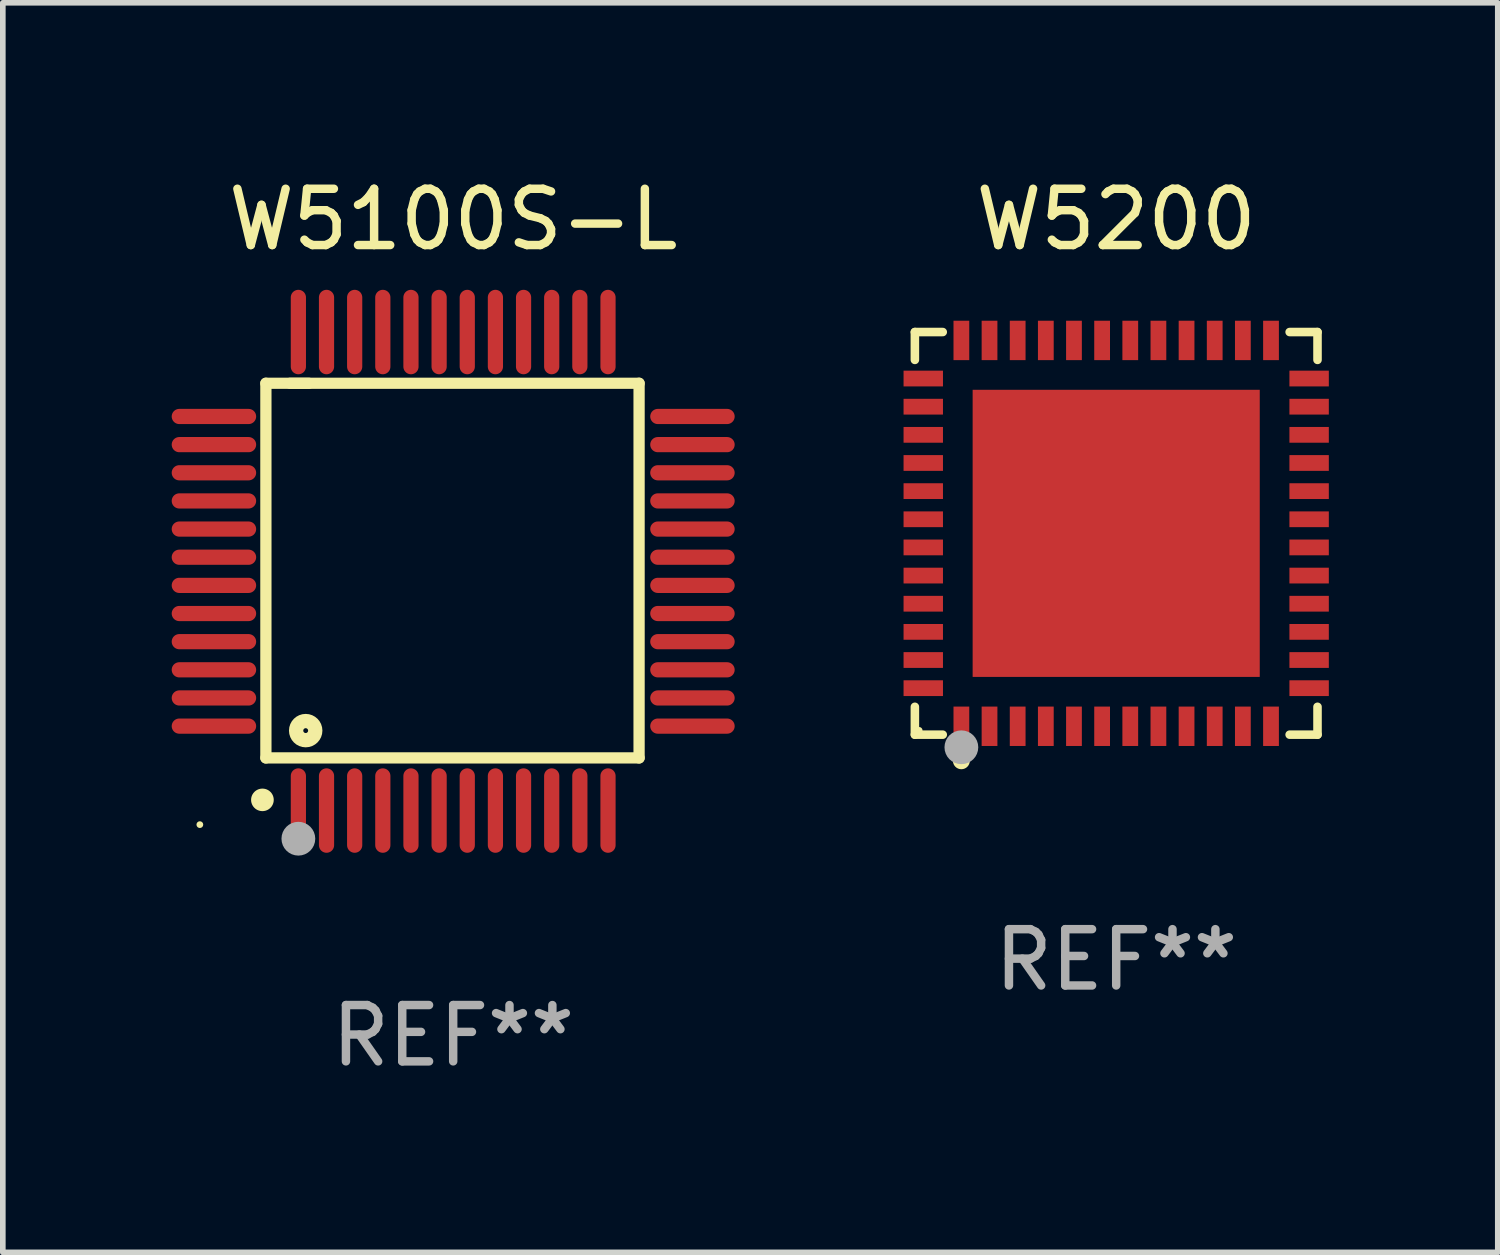
<source format=kicad_pcb>
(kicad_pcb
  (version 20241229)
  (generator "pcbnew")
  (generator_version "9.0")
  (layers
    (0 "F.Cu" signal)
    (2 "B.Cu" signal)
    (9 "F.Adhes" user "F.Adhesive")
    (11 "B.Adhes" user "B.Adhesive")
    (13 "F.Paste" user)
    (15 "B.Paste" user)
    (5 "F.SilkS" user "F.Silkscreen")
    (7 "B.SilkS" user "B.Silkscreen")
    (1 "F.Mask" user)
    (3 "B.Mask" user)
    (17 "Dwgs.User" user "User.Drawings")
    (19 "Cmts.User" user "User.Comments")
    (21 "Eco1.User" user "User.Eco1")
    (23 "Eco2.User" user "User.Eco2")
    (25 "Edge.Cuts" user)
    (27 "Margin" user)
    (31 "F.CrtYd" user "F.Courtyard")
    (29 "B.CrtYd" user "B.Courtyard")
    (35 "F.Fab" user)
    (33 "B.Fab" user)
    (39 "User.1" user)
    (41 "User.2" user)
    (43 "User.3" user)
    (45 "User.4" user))
  (footprint "W5100S-L"
    (layer "F.Cu")
    (at 5 7.098)
    (property "Reference" "W5100S-L" (at 0 -6.25 0) (layer "F.SilkS") (effects (font (size 1 1) (thickness 0.15))))
    (attr through_hole)
    (fp_line (start -3.327 -3.34) (end -2.565 -3.34) (stroke (width 0.2) (type solid)) (layer "F.SilkS"))
    (fp_line (start -3.327 3.315) (end -3.327 -3.34) (stroke (width 0.2) (type solid)) (layer "F.SilkS"))
    (fp_line (start -2.896 -3.34) (end 3.302 -3.34) (stroke (width 0.2) (type solid)) (layer "F.SilkS"))
    (fp_line (start 3.302 -3.34) (end 3.302 3.315) (stroke (width 0.2) (type solid)) (layer "F.SilkS"))
    (fp_line (start 3.302 3.315) (end -3.327 3.315) (stroke (width 0.2) (type solid)) (layer "F.SilkS"))
    (fp_arc (start -3.389992 4.059995) (mid -3.388722 4.059991) (end -3.387452 4.059995) (stroke (width 0.4) (type solid)) (layer "F.SilkS"))
    (fp_circle (center -4.5 4.5) (end -4.47 4.5) (stroke (width 0.06) (type solid)) (fill no) (layer "F.SilkS"))
    (fp_circle (center -2.62 2.83) (end -2.45 2.83) (stroke (width 0.254) (type solid)) (fill no) (layer "F.SilkS"))
    (fp_circle (center -2.75 4.75) (end -2.6 4.75) (stroke (width 0.3) (type solid)) (fill no) (layer "F.Fab"))
    (fp_text user "REF**" (at 0 8.25 0) (layer "F.Fab") (effects (font (size 1 1) (thickness 0.15))))
    (pad "1" smd oval (at -2.75 4.25) (size 0.27 1.5) (layers "F.Cu" "F.Mask" "F.Paste"))
    (pad "2" smd oval (at -2.25 4.25) (size 0.27 1.5) (layers "F.Cu" "F.Mask" "F.Paste"))
    (pad "3" smd oval (at -1.75 4.25) (size 0.27 1.5) (layers "F.Cu" "F.Mask" "F.Paste"))
    (pad "4" smd oval (at -1.25 4.25) (size 0.27 1.5) (layers "F.Cu" "F.Mask" "F.Paste"))
    (pad "5" smd oval (at -0.75 4.25) (size 0.27 1.5) (layers "F.Cu" "F.Mask" "F.Paste"))
    (pad "6" smd oval (at -0.25 4.25) (size 0.27 1.5) (layers "F.Cu" "F.Mask" "F.Paste"))
    (pad "7" smd oval (at 0.25 4.25) (size 0.27 1.5) (layers "F.Cu" "F.Mask" "F.Paste"))
    (pad "8" smd oval (at 0.75 4.25) (size 0.27 1.5) (layers "F.Cu" "F.Mask" "F.Paste"))
    (pad "9" smd oval (at 1.25 4.25) (size 0.27 1.5) (layers "F.Cu" "F.Mask" "F.Paste"))
    (pad "10" smd oval (at 1.75 4.25) (size 0.27 1.5) (layers "F.Cu" "F.Mask" "F.Paste"))
    (pad "11" smd oval (at 2.25 4.25) (size 0.27 1.5) (layers "F.Cu" "F.Mask" "F.Paste"))
    (pad "12" smd oval (at 2.75 4.25) (size 0.27 1.5) (layers "F.Cu" "F.Mask" "F.Paste"))
    (pad "13" smd oval (at 4.25 2.75) (size 1.5 0.27) (layers "F.Cu" "F.Mask" "F.Paste"))
    (pad "14" smd oval (at 4.25 2.25) (size 1.5 0.27) (layers "F.Cu" "F.Mask" "F.Paste"))
    (pad "15" smd oval (at 4.25 1.75) (size 1.5 0.27) (layers "F.Cu" "F.Mask" "F.Paste"))
    (pad "16" smd oval (at 4.25 1.25) (size 1.5 0.27) (layers "F.Cu" "F.Mask" "F.Paste"))
    (pad "17" smd oval (at 4.25 0.75) (size 1.5 0.27) (layers "F.Cu" "F.Mask" "F.Paste"))
    (pad "18" smd oval (at 4.25 0.25) (size 1.5 0.27) (layers "F.Cu" "F.Mask" "F.Paste"))
    (pad "19" smd oval (at 4.25 -0.25) (size 1.5 0.27) (layers "F.Cu" "F.Mask" "F.Paste"))
    (pad "20" smd oval (at 4.25 -0.75) (size 1.5 0.27) (layers "F.Cu" "F.Mask" "F.Paste"))
    (pad "21" smd oval (at 4.25 -1.25) (size 1.5 0.27) (layers "F.Cu" "F.Mask" "F.Paste"))
    (pad "22" smd oval (at 4.25 -1.75) (size 1.5 0.27) (layers "F.Cu" "F.Mask" "F.Paste"))
    (pad "23" smd oval (at 4.25 -2.25) (size 1.5 0.27) (layers "F.Cu" "F.Mask" "F.Paste"))
    (pad "24" smd oval (at 4.25 -2.75) (size 1.5 0.27) (layers "F.Cu" "F.Mask" "F.Paste"))
    (pad "25" smd oval (at 2.75 -4.25) (size 0.27 1.5) (layers "F.Cu" "F.Mask" "F.Paste"))
    (pad "26" smd oval (at 2.25 -4.25) (size 0.27 1.5) (layers "F.Cu" "F.Mask" "F.Paste"))
    (pad "27" smd oval (at 1.75 -4.25) (size 0.27 1.5) (layers "F.Cu" "F.Mask" "F.Paste"))
    (pad "28" smd oval (at 1.25 -4.25) (size 0.27 1.5) (layers "F.Cu" "F.Mask" "F.Paste"))
    (pad "29" smd oval (at 0.75 -4.25) (size 0.27 1.5) (layers "F.Cu" "F.Mask" "F.Paste"))
    (pad "30" smd oval (at 0.25 -4.25) (size 0.27 1.5) (layers "F.Cu" "F.Mask" "F.Paste"))
    (pad "31" smd oval (at -0.25 -4.25) (size 0.27 1.5) (layers "F.Cu" "F.Mask" "F.Paste"))
    (pad "32" smd oval (at -0.75 -4.25) (size 0.27 1.5) (layers "F.Cu" "F.Mask" "F.Paste"))
    (pad "33" smd oval (at -1.25 -4.25) (size 0.27 1.5) (layers "F.Cu" "F.Mask" "F.Paste"))
    (pad "34" smd oval (at -1.75 -4.25) (size 0.27 1.5) (layers "F.Cu" "F.Mask" "F.Paste"))
    (pad "35" smd oval (at -2.25 -4.25) (size 0.27 1.5) (layers "F.Cu" "F.Mask" "F.Paste"))
    (pad "36" smd oval (at -2.75 -4.25) (size 0.27 1.5) (layers "F.Cu" "F.Mask" "F.Paste"))
    (pad "37" smd oval (at -4.25 -2.75) (size 1.5 0.27) (layers "F.Cu" "F.Mask" "F.Paste"))
    (pad "38" smd oval (at -4.25 -2.25) (size 1.5 0.27) (layers "F.Cu" "F.Mask" "F.Paste"))
    (pad "39" smd oval (at -4.25 -1.75) (size 1.5 0.27) (layers "F.Cu" "F.Mask" "F.Paste"))
    (pad "40" smd oval (at -4.25 -1.25) (size 1.5 0.27) (layers "F.Cu" "F.Mask" "F.Paste"))
    (pad "41" smd oval (at -4.25 -0.75) (size 1.5 0.27) (layers "F.Cu" "F.Mask" "F.Paste"))
    (pad "42" smd oval (at -4.25 -0.25) (size 1.5 0.27) (layers "F.Cu" "F.Mask" "F.Paste"))
    (pad "43" smd oval (at -4.25 0.25) (size 1.5 0.27) (layers "F.Cu" "F.Mask" "F.Paste"))
    (pad "44" smd oval (at -4.25 0.75) (size 1.5 0.27) (layers "F.Cu" "F.Mask" "F.Paste"))
    (pad "45" smd oval (at -4.25 1.25) (size 1.5 0.27) (layers "F.Cu" "F.Mask" "F.Paste"))
    (pad "46" smd oval (at -4.25 1.75) (size 1.5 0.27) (layers "F.Cu" "F.Mask" "F.Paste"))
    (pad "47" smd oval (at -4.25 2.25) (size 1.5 0.27) (layers "F.Cu" "F.Mask" "F.Paste"))
    (pad "48" smd oval (at -4.25 2.75) (size 1.5 0.27) (layers "F.Cu" "F.Mask" "F.Paste")))
  (footprint "W5200"
    (layer "F.Cu")
    (at 16.777 6.424)
    (property "Reference" "W5200" (at 0 -5.576 0) (layer "F.SilkS") (effects (font (size 1 1) (thickness 0.15))))
    (attr through_hole)
    (fp_line (start -3.576 -3.576) (end -3.081 -3.576) (stroke (width 0.152) (type solid)) (layer "F.SilkS"))
    (fp_line (start -3.576 -3.081) (end -3.576 -3.576) (stroke (width 0.152) (type solid)) (layer "F.SilkS"))
    (fp_line (start -3.576 3.081) (end -3.576 3.576) (stroke (width 0.152) (type solid)) (layer "F.SilkS"))
    (fp_line (start -3.576 3.576) (end -3.081 3.576) (stroke (width 0.152) (type solid)) (layer "F.SilkS"))
    (fp_line (start 3.576 -3.576) (end 3.081 -3.576) (stroke (width 0.152) (type solid)) (layer "F.SilkS"))
    (fp_line (start 3.576 -3.081) (end 3.576 -3.576) (stroke (width 0.152) (type solid)) (layer "F.SilkS"))
    (fp_line (start 3.576 3.081) (end 3.576 3.576) (stroke (width 0.152) (type solid)) (layer "F.SilkS"))
    (fp_line (start 3.576 3.576) (end 3.081 3.576) (stroke (width 0.152) (type solid)) (layer "F.SilkS"))
    (fp_circle (center -3.5 3.5) (end -3.47 3.5) (stroke (width 0.06) (type solid)) (fill no) (layer "F.SilkS"))
    (fp_circle (center -2.75 4.04) (end -2.675 4.04) (stroke (width 0.15) (type solid)) (fill no) (layer "F.SilkS"))
    (fp_circle (center -2.75 3.8) (end -2.6 3.8) (stroke (width 0.3) (type solid)) (fill no) (layer "F.Fab"))
    (fp_text user "REF**" (at 0 7.576 0) (layer "F.Fab") (effects (font (size 1 1) (thickness 0.15))))
    (pad "1" smd rect (at -2.75 3.427) (size 0.28 0.7) (layers "F.Cu" "F.Mask" "F.Paste"))
    (pad "2" smd rect (at -2.25 3.427) (size 0.28 0.7) (layers "F.Cu" "F.Mask" "F.Paste"))
    (pad "3" smd rect (at -1.75 3.427) (size 0.28 0.7) (layers "F.Cu" "F.Mask" "F.Paste"))
    (pad "4" smd rect (at -1.25 3.427) (size 0.28 0.7) (layers "F.Cu" "F.Mask" "F.Paste"))
    (pad "5" smd rect (at -0.75 3.427) (size 0.28 0.7) (layers "F.Cu" "F.Mask" "F.Paste"))
    (pad "6" smd rect (at -0.25 3.427) (size 0.28 0.7) (layers "F.Cu" "F.Mask" "F.Paste"))
    (pad "7" smd rect (at 0.25 3.427) (size 0.28 0.7) (layers "F.Cu" "F.Mask" "F.Paste"))
    (pad "8" smd rect (at 0.75 3.427) (size 0.28 0.7) (layers "F.Cu" "F.Mask" "F.Paste"))
    (pad "9" smd rect (at 1.25 3.427) (size 0.28 0.7) (layers "F.Cu" "F.Mask" "F.Paste"))
    (pad "10" smd rect (at 1.75 3.427) (size 0.28 0.7) (layers "F.Cu" "F.Mask" "F.Paste"))
    (pad "11" smd rect (at 2.25 3.427) (size 0.28 0.7) (layers "F.Cu" "F.Mask" "F.Paste"))
    (pad "12" smd rect (at 2.75 3.427) (size 0.28 0.7) (layers "F.Cu" "F.Mask" "F.Paste"))
    (pad "13" smd rect (at 3.427 2.75) (size 0.7 0.28) (layers "F.Cu" "F.Mask" "F.Paste"))
    (pad "14" smd rect (at 3.427 2.25) (size 0.7 0.28) (layers "F.Cu" "F.Mask" "F.Paste"))
    (pad "15" smd rect (at 3.427 1.75) (size 0.7 0.28) (layers "F.Cu" "F.Mask" "F.Paste"))
    (pad "16" smd rect (at 3.427 1.25) (size 0.7 0.28) (layers "F.Cu" "F.Mask" "F.Paste"))
    (pad "17" smd rect (at 3.427 0.75) (size 0.7 0.28) (layers "F.Cu" "F.Mask" "F.Paste"))
    (pad "18" smd rect (at 3.427 0.25) (size 0.7 0.28) (layers "F.Cu" "F.Mask" "F.Paste"))
    (pad "19" smd rect (at 3.427 -0.25) (size 0.7 0.28) (layers "F.Cu" "F.Mask" "F.Paste"))
    (pad "20" smd rect (at 3.427 -0.75) (size 0.7 0.28) (layers "F.Cu" "F.Mask" "F.Paste"))
    (pad "21" smd rect (at 3.427 -1.25) (size 0.7 0.28) (layers "F.Cu" "F.Mask" "F.Paste"))
    (pad "22" smd rect (at 3.427 -1.75) (size 0.7 0.28) (layers "F.Cu" "F.Mask" "F.Paste"))
    (pad "23" smd rect (at 3.427 -2.25) (size 0.7 0.28) (layers "F.Cu" "F.Mask" "F.Paste"))
    (pad "24" smd rect (at 3.427 -2.75) (size 0.7 0.28) (layers "F.Cu" "F.Mask" "F.Paste"))
    (pad "25" smd rect (at 2.75 -3.427) (size 0.28 0.7) (layers "F.Cu" "F.Mask" "F.Paste"))
    (pad "26" smd rect (at 2.25 -3.427) (size 0.28 0.7) (layers "F.Cu" "F.Mask" "F.Paste"))
    (pad "27" smd rect (at 1.75 -3.427) (size 0.28 0.7) (layers "F.Cu" "F.Mask" "F.Paste"))
    (pad "28" smd rect (at 1.25 -3.427) (size 0.28 0.7) (layers "F.Cu" "F.Mask" "F.Paste"))
    (pad "29" smd rect (at 0.75 -3.427) (size 0.28 0.7) (layers "F.Cu" "F.Mask" "F.Paste"))
    (pad "30" smd rect (at 0.25 -3.427) (size 0.28 0.7) (layers "F.Cu" "F.Mask" "F.Paste"))
    (pad "31" smd rect (at -0.25 -3.427) (size 0.28 0.7) (layers "F.Cu" "F.Mask" "F.Paste"))
    (pad "32" smd rect (at -0.75 -3.427) (size 0.28 0.7) (layers "F.Cu" "F.Mask" "F.Paste"))
    (pad "33" smd rect (at -1.25 -3.427) (size 0.28 0.7) (layers "F.Cu" "F.Mask" "F.Paste"))
    (pad "34" smd rect (at -1.75 -3.427) (size 0.28 0.7) (layers "F.Cu" "F.Mask" "F.Paste"))
    (pad "35" smd rect (at -2.25 -3.427) (size 0.28 0.7) (layers "F.Cu" "F.Mask" "F.Paste"))
    (pad "36" smd rect (at -2.75 -3.427) (size 0.28 0.7) (layers "F.Cu" "F.Mask" "F.Paste"))
    (pad "37" smd rect (at -3.427 -2.75) (size 0.7 0.28) (layers "F.Cu" "F.Mask" "F.Paste"))
    (pad "38" smd rect (at -3.427 -2.25) (size 0.7 0.28) (layers "F.Cu" "F.Mask" "F.Paste"))
    (pad "39" smd rect (at -3.427 -1.75) (size 0.7 0.28) (layers "F.Cu" "F.Mask" "F.Paste"))
    (pad "40" smd rect (at -3.427 -1.25) (size 0.7 0.28) (layers "F.Cu" "F.Mask" "F.Paste"))
    (pad "41" smd rect (at -3.427 -0.75) (size 0.7 0.28) (layers "F.Cu" "F.Mask" "F.Paste"))
    (pad "42" smd rect (at -3.427 -0.25) (size 0.7 0.28) (layers "F.Cu" "F.Mask" "F.Paste"))
    (pad "43" smd rect (at -3.427 0.25) (size 0.7 0.28) (layers "F.Cu" "F.Mask" "F.Paste"))
    (pad "44" smd rect (at -3.427 0.75) (size 0.7 0.28) (layers "F.Cu" "F.Mask" "F.Paste"))
    (pad "45" smd rect (at -3.427 1.25) (size 0.7 0.28) (layers "F.Cu" "F.Mask" "F.Paste"))
    (pad "46" smd rect (at -3.427 1.75) (size 0.7 0.28) (layers "F.Cu" "F.Mask" "F.Paste"))
    (pad "47" smd rect (at -3.427 2.25) (size 0.7 0.28) (layers "F.Cu" "F.Mask" "F.Paste"))
    (pad "48" smd rect (at -3.427 2.75) (size 0.7 0.28) (layers "F.Cu" "F.Mask" "F.Paste"))
    (pad "49" smd rect (at 0 0) (size 5.1 5.1) (layers "F.Cu" "F.Mask" "F.Paste")))
  (gr_rect
    (start -3 -3)
    (end 23.555 19.196)
    (stroke (width 0.1) (type default))
    (fill no)
    (layer "Edge.Cuts")))
</source>
